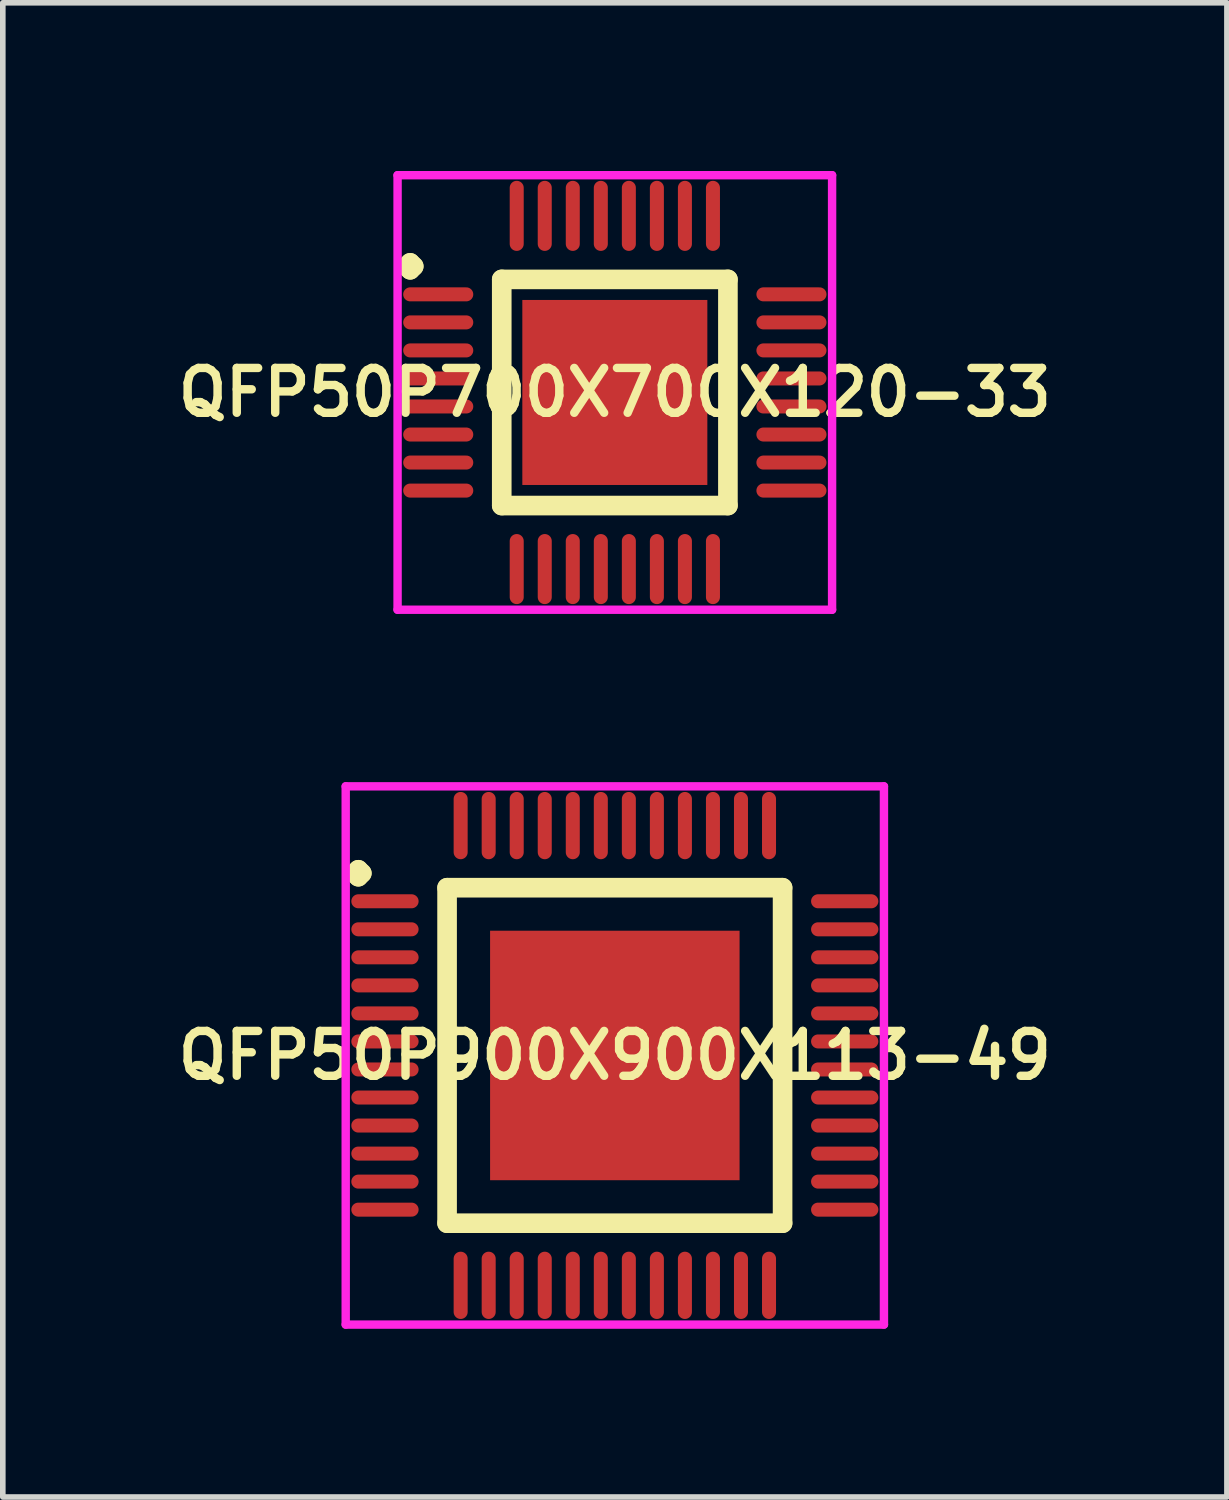
<source format=kicad_pcb>
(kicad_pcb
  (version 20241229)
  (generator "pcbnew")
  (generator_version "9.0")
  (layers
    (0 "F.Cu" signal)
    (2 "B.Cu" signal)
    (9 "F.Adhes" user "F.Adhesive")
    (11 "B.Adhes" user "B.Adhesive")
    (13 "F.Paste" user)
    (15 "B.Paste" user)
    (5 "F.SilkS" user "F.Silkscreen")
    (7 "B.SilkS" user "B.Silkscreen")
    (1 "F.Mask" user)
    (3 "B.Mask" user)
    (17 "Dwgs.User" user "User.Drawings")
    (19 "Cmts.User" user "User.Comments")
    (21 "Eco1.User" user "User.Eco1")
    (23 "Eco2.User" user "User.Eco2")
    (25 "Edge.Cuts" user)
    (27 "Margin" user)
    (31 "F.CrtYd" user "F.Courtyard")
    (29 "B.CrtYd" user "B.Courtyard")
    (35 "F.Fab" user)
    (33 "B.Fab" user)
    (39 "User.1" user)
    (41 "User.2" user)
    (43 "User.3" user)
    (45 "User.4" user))
  (footprint "QFP50P900X900X113-49"
    (layer "F.Cu")
    (at 7.916 15.775)
    (property "Reference" "QFP50P900X900X113-49" (at 0 0 0) (layer "F.SilkS") (effects (font (size 0.8 0.8) (thickness 0.15))))
    (attr smd)
    (fp_line (start -4.638 -3.25) (end -4.575 -3.312) (stroke (width 0.35) (type solid)) (layer "F.SilkS"))
    (fp_line (start -4.575 -3.312) (end -4.513 -3.25) (stroke (width 0.35) (type solid)) (layer "F.SilkS"))
    (fp_line (start -4.575 -3.188) (end -4.638 -3.25) (stroke (width 0.35) (type solid)) (layer "F.SilkS"))
    (fp_line (start -4.513 -3.25) (end -4.575 -3.188) (stroke (width 0.35) (type solid)) (layer "F.SilkS"))
    (fp_line (start -2.992 -2.992) (end -2.992 2.992) (stroke (width 0.35) (type solid)) (layer "F.SilkS"))
    (fp_line (start -2.992 2.992) (end 2.992 2.992) (stroke (width 0.35) (type solid)) (layer "F.SilkS"))
    (fp_line (start 2.992 -2.992) (end -2.992 -2.992) (stroke (width 0.35) (type solid)) (layer "F.SilkS"))
    (fp_line (start 2.992 2.992) (end 2.992 -2.992) (stroke (width 0.35) (type solid)) (layer "F.SilkS"))
    (fp_line (start -4.8 -4.8) (end 4.8 -4.8) (stroke (width 0.15) (type solid)) (layer "F.CrtYd"))
    (fp_line (start -4.8 4.8) (end -4.8 -4.8) (stroke (width 0.15) (type solid)) (layer "F.CrtYd"))
    (fp_line (start 4.8 -4.8) (end 4.8 4.8) (stroke (width 0.15) (type solid)) (layer "F.CrtYd"))
    (fp_line (start 4.8 4.8) (end -4.8 4.8) (stroke (width 0.15) (type solid)) (layer "F.CrtYd"))
    (pad "1" smd oval (at -4.1 -2.75) (size 1.2 0.25) (layers "F.Cu" "F.Mask" "F.Paste"))
    (pad "2" smd oval (at -4.1 -2.25) (size 1.2 0.25) (layers "F.Cu" "F.Mask" "F.Paste"))
    (pad "3" smd oval (at -4.1 -1.75) (size 1.2 0.25) (layers "F.Cu" "F.Mask" "F.Paste"))
    (pad "4" smd oval (at -4.1 -1.25) (size 1.2 0.25) (layers "F.Cu" "F.Mask" "F.Paste"))
    (pad "5" smd oval (at -4.1 -0.75) (size 1.2 0.25) (layers "F.Cu" "F.Mask" "F.Paste"))
    (pad "6" smd oval (at -4.1 -0.25) (size 1.2 0.25) (layers "F.Cu" "F.Mask" "F.Paste"))
    (pad "7" smd oval (at -4.1 0.25) (size 1.2 0.25) (layers "F.Cu" "F.Mask" "F.Paste"))
    (pad "8" smd oval (at -4.1 0.75) (size 1.2 0.25) (layers "F.Cu" "F.Mask" "F.Paste"))
    (pad "9" smd oval (at -4.1 1.25) (size 1.2 0.25) (layers "F.Cu" "F.Mask" "F.Paste"))
    (pad "10" smd oval (at -4.1 1.75) (size 1.2 0.25) (layers "F.Cu" "F.Mask" "F.Paste"))
    (pad "11" smd oval (at -4.1 2.25) (size 1.2 0.25) (layers "F.Cu" "F.Mask" "F.Paste"))
    (pad "12" smd oval (at -4.1 2.75) (size 1.2 0.25) (layers "F.Cu" "F.Mask" "F.Paste"))
    (pad "13" smd oval (at -2.75 4.1) (size 0.25 1.2) (layers "F.Cu" "F.Mask" "F.Paste"))
    (pad "14" smd oval (at -2.25 4.1) (size 0.25 1.2) (layers "F.Cu" "F.Mask" "F.Paste"))
    (pad "15" smd oval (at -1.75 4.1) (size 0.25 1.2) (layers "F.Cu" "F.Mask" "F.Paste"))
    (pad "16" smd oval (at -1.25 4.1) (size 0.25 1.2) (layers "F.Cu" "F.Mask" "F.Paste"))
    (pad "17" smd oval (at -0.75 4.1) (size 0.25 1.2) (layers "F.Cu" "F.Mask" "F.Paste"))
    (pad "18" smd oval (at -0.25 4.1) (size 0.25 1.2) (layers "F.Cu" "F.Mask" "F.Paste"))
    (pad "19" smd oval (at 0.25 4.1) (size 0.25 1.2) (layers "F.Cu" "F.Mask" "F.Paste"))
    (pad "20" smd oval (at 0.75 4.1) (size 0.25 1.2) (layers "F.Cu" "F.Mask" "F.Paste"))
    (pad "21" smd oval (at 1.25 4.1) (size 0.25 1.2) (layers "F.Cu" "F.Mask" "F.Paste"))
    (pad "22" smd oval (at 1.75 4.1) (size 0.25 1.2) (layers "F.Cu" "F.Mask" "F.Paste"))
    (pad "23" smd oval (at 2.25 4.1) (size 0.25 1.2) (layers "F.Cu" "F.Mask" "F.Paste"))
    (pad "24" smd oval (at 2.75 4.1) (size 0.25 1.2) (layers "F.Cu" "F.Mask" "F.Paste"))
    (pad "25" smd oval (at 4.1 2.75) (size 1.2 0.25) (layers "F.Cu" "F.Mask" "F.Paste"))
    (pad "26" smd oval (at 4.1 2.25) (size 1.2 0.25) (layers "F.Cu" "F.Mask" "F.Paste"))
    (pad "27" smd oval (at 4.1 1.75) (size 1.2 0.25) (layers "F.Cu" "F.Mask" "F.Paste"))
    (pad "28" smd oval (at 4.1 1.25) (size 1.2 0.25) (layers "F.Cu" "F.Mask" "F.Paste"))
    (pad "29" smd oval (at 4.1 0.75) (size 1.2 0.25) (layers "F.Cu" "F.Mask" "F.Paste"))
    (pad "30" smd oval (at 4.1 0.25) (size 1.2 0.25) (layers "F.Cu" "F.Mask" "F.Paste"))
    (pad "31" smd oval (at 4.1 -0.25) (size 1.2 0.25) (layers "F.Cu" "F.Mask" "F.Paste"))
    (pad "32" smd oval (at 4.1 -0.75) (size 1.2 0.25) (layers "F.Cu" "F.Mask" "F.Paste"))
    (pad "33" smd oval (at 4.1 -1.25) (size 1.2 0.25) (layers "F.Cu" "F.Mask" "F.Paste"))
    (pad "34" smd oval (at 4.1 -1.75) (size 1.2 0.25) (layers "F.Cu" "F.Mask" "F.Paste"))
    (pad "35" smd oval (at 4.1 -2.25) (size 1.2 0.25) (layers "F.Cu" "F.Mask" "F.Paste"))
    (pad "36" smd oval (at 4.1 -2.75) (size 1.2 0.25) (layers "F.Cu" "F.Mask" "F.Paste"))
    (pad "37" smd oval (at 2.75 -4.1) (size 0.25 1.2) (layers "F.Cu" "F.Mask" "F.Paste"))
    (pad "38" smd oval (at 2.25 -4.1) (size 0.25 1.2) (layers "F.Cu" "F.Mask" "F.Paste"))
    (pad "39" smd oval (at 1.75 -4.1) (size 0.25 1.2) (layers "F.Cu" "F.Mask" "F.Paste"))
    (pad "40" smd oval (at 1.25 -4.1) (size 0.25 1.2) (layers "F.Cu" "F.Mask" "F.Paste"))
    (pad "41" smd oval (at 0.75 -4.1) (size 0.25 1.2) (layers "F.Cu" "F.Mask" "F.Paste"))
    (pad "42" smd oval (at 0.25 -4.1) (size 0.25 1.2) (layers "F.Cu" "F.Mask" "F.Paste"))
    (pad "43" smd oval (at -0.25 -4.1) (size 0.25 1.2) (layers "F.Cu" "F.Mask" "F.Paste"))
    (pad "44" smd oval (at -0.75 -4.1) (size 0.25 1.2) (layers "F.Cu" "F.Mask" "F.Paste"))
    (pad "45" smd oval (at -1.25 -4.1) (size 0.25 1.2) (layers "F.Cu" "F.Mask" "F.Paste"))
    (pad "46" smd oval (at -1.75 -4.1) (size 0.25 1.2) (layers "F.Cu" "F.Mask" "F.Paste"))
    (pad "47" smd oval (at -2.25 -4.1) (size 0.25 1.2) (layers "F.Cu" "F.Mask" "F.Paste"))
    (pad "48" smd oval (at -2.75 -4.1) (size 0.25 1.2) (layers "F.Cu" "F.Mask" "F.Paste"))
    (pad "49" smd rect (at 0 0) (size 4.45 4.45) (layers "F.Cu" "F.Mask" "F.Paste")))
  (footprint "QFP50P700X700X120-33"
    (layer "F.Cu")
    (at 7.916 3.95)
    (property "Reference" "QFP50P700X700X120-33" (at 0 0 0) (layer "F.SilkS") (effects (font (size 0.8 0.8) (thickness 0.15))))
    (attr smd)
    (fp_line (start -3.712 -2.25) (end -3.65 -2.312) (stroke (width 0.35) (type solid)) (layer "F.SilkS"))
    (fp_line (start -3.65 -2.312) (end -3.587 -2.25) (stroke (width 0.35) (type solid)) (layer "F.SilkS"))
    (fp_line (start -3.65 -2.188) (end -3.712 -2.25) (stroke (width 0.35) (type solid)) (layer "F.SilkS"))
    (fp_line (start -3.587 -2.25) (end -3.65 -2.188) (stroke (width 0.35) (type solid)) (layer "F.SilkS"))
    (fp_line (start -2.017 -2.017) (end -2.017 2.017) (stroke (width 0.35) (type solid)) (layer "F.SilkS"))
    (fp_line (start -2.017 2.017) (end 2.017 2.017) (stroke (width 0.35) (type solid)) (layer "F.SilkS"))
    (fp_line (start 2.017 -2.017) (end -2.017 -2.017) (stroke (width 0.35) (type solid)) (layer "F.SilkS"))
    (fp_line (start 2.017 2.017) (end 2.017 -2.017) (stroke (width 0.35) (type solid)) (layer "F.SilkS"))
    (fp_line (start -3.875 -3.875) (end 3.875 -3.875) (stroke (width 0.15) (type solid)) (layer "F.CrtYd"))
    (fp_line (start -3.875 3.875) (end -3.875 -3.875) (stroke (width 0.15) (type solid)) (layer "F.CrtYd"))
    (fp_line (start 3.875 -3.875) (end 3.875 3.875) (stroke (width 0.15) (type solid)) (layer "F.CrtYd"))
    (fp_line (start 3.875 3.875) (end -3.875 3.875) (stroke (width 0.15) (type solid)) (layer "F.CrtYd"))
    (pad "1" smd oval (at -3.15 -1.75) (size 1.25 0.25) (layers "F.Cu" "F.Mask" "F.Paste"))
    (pad "2" smd oval (at -3.15 -1.25) (size 1.25 0.25) (layers "F.Cu" "F.Mask" "F.Paste"))
    (pad "3" smd oval (at -3.15 -0.75) (size 1.25 0.25) (layers "F.Cu" "F.Mask" "F.Paste"))
    (pad "4" smd oval (at -3.15 -0.25) (size 1.25 0.25) (layers "F.Cu" "F.Mask" "F.Paste"))
    (pad "5" smd oval (at -3.15 0.25) (size 1.25 0.25) (layers "F.Cu" "F.Mask" "F.Paste"))
    (pad "6" smd oval (at -3.15 0.75) (size 1.25 0.25) (layers "F.Cu" "F.Mask" "F.Paste"))
    (pad "7" smd oval (at -3.15 1.25) (size 1.25 0.25) (layers "F.Cu" "F.Mask" "F.Paste"))
    (pad "8" smd oval (at -3.15 1.75) (size 1.25 0.25) (layers "F.Cu" "F.Mask" "F.Paste"))
    (pad "9" smd oval (at -1.75 3.15) (size 0.25 1.25) (layers "F.Cu" "F.Mask" "F.Paste"))
    (pad "10" smd oval (at -1.25 3.15) (size 0.25 1.25) (layers "F.Cu" "F.Mask" "F.Paste"))
    (pad "11" smd oval (at -0.75 3.15) (size 0.25 1.25) (layers "F.Cu" "F.Mask" "F.Paste"))
    (pad "12" smd oval (at -0.25 3.15) (size 0.25 1.25) (layers "F.Cu" "F.Mask" "F.Paste"))
    (pad "13" smd oval (at 0.25 3.15) (size 0.25 1.25) (layers "F.Cu" "F.Mask" "F.Paste"))
    (pad "14" smd oval (at 0.75 3.15) (size 0.25 1.25) (layers "F.Cu" "F.Mask" "F.Paste"))
    (pad "15" smd oval (at 1.25 3.15) (size 0.25 1.25) (layers "F.Cu" "F.Mask" "F.Paste"))
    (pad "16" smd oval (at 1.75 3.15) (size 0.25 1.25) (layers "F.Cu" "F.Mask" "F.Paste"))
    (pad "17" smd oval (at 3.15 1.75) (size 1.25 0.25) (layers "F.Cu" "F.Mask" "F.Paste"))
    (pad "18" smd oval (at 3.15 1.25) (size 1.25 0.25) (layers "F.Cu" "F.Mask" "F.Paste"))
    (pad "19" smd oval (at 3.15 0.75) (size 1.25 0.25) (layers "F.Cu" "F.Mask" "F.Paste"))
    (pad "20" smd oval (at 3.15 0.25) (size 1.25 0.25) (layers "F.Cu" "F.Mask" "F.Paste"))
    (pad "21" smd oval (at 3.15 -0.25) (size 1.25 0.25) (layers "F.Cu" "F.Mask" "F.Paste"))
    (pad "22" smd oval (at 3.15 -0.75) (size 1.25 0.25) (layers "F.Cu" "F.Mask" "F.Paste"))
    (pad "23" smd oval (at 3.15 -1.25) (size 1.25 0.25) (layers "F.Cu" "F.Mask" "F.Paste"))
    (pad "24" smd oval (at 3.15 -1.75) (size 1.25 0.25) (layers "F.Cu" "F.Mask" "F.Paste"))
    (pad "25" smd oval (at 1.75 -3.15) (size 0.25 1.25) (layers "F.Cu" "F.Mask" "F.Paste"))
    (pad "26" smd oval (at 1.25 -3.15) (size 0.25 1.25) (layers "F.Cu" "F.Mask" "F.Paste"))
    (pad "27" smd oval (at 0.75 -3.15) (size 0.25 1.25) (layers "F.Cu" "F.Mask" "F.Paste"))
    (pad "28" smd oval (at 0.25 -3.15) (size 0.25 1.25) (layers "F.Cu" "F.Mask" "F.Paste"))
    (pad "29" smd oval (at -0.25 -3.15) (size 0.25 1.25) (layers "F.Cu" "F.Mask" "F.Paste"))
    (pad "30" smd oval (at -0.75 -3.15) (size 0.25 1.25) (layers "F.Cu" "F.Mask" "F.Paste"))
    (pad "31" smd oval (at -1.25 -3.15) (size 0.25 1.25) (layers "F.Cu" "F.Mask" "F.Paste"))
    (pad "32" smd oval (at -1.75 -3.15) (size 0.25 1.25) (layers "F.Cu" "F.Mask" "F.Paste"))
    (pad "33" smd rect (at 0 0) (size 3.3 3.3) (layers "F.Cu" "F.Mask" "F.Paste")))
  (gr_rect
    (start -3 -3)
    (end 18.833 23.65)
    (stroke (width 0.1) (type default))
    (fill no)
    (layer "Edge.Cuts")))
</source>
